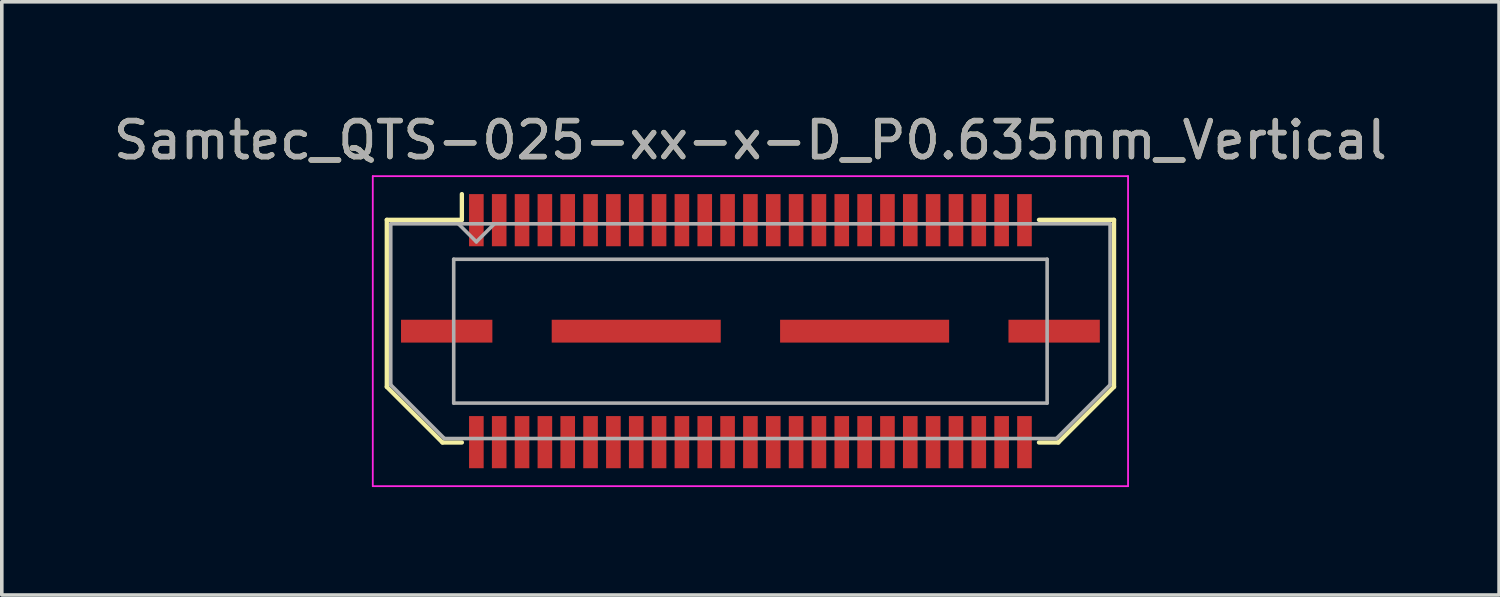
<source format=kicad_pcb>
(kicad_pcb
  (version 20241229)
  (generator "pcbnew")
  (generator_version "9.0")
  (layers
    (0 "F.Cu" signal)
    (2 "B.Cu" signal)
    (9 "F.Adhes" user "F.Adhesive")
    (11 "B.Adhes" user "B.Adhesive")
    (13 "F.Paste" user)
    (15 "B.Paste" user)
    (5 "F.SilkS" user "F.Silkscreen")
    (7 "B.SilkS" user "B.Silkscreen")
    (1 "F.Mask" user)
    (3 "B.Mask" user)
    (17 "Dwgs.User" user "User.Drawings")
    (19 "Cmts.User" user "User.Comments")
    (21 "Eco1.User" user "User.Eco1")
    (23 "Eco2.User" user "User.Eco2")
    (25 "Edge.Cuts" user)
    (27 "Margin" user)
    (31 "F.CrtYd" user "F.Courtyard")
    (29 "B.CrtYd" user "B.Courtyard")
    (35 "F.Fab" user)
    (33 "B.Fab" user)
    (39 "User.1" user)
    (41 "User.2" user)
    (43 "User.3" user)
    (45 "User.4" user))
  (footprint "Samtec_QTS-025-xx-x-D_P0.635mm_Vertical"
    (layer "F.Cu")
    (at 17.815 6.158)
    (property "Reference" "Samtec_QTS-025-xx-x-D_P0.635mm_Vertical" (at 0 -5.31 0) (layer "F.SilkS") (effects (font (size 1 1) (thickness 0.15))))
    (attr smd)
    (fp_line (start -10.11 -3.095) (end -10.11 1.548) (stroke (width 0.12) (type solid)) (layer "F.SilkS"))
    (fp_line (start -10.11 1.548) (end -8.562 3.095) (stroke (width 0.12) (type solid)) (layer "F.SilkS"))
    (fp_line (start -8.562 3.095) (end -8.023 3.095) (stroke (width 0.12) (type solid)) (layer "F.SilkS"))
    (fp_line (start -8.023 -3.811) (end -8.023 -3.095) (stroke (width 0.12) (type solid)) (layer "F.SilkS"))
    (fp_line (start -8.023 -3.095) (end -10.11 -3.095) (stroke (width 0.12) (type solid)) (layer "F.SilkS"))
    (fp_line (start 8.023 -3.095) (end 10.11 -3.095) (stroke (width 0.12) (type solid)) (layer "F.SilkS"))
    (fp_line (start 8.562 3.095) (end 8.023 3.095) (stroke (width 0.12) (type solid)) (layer "F.SilkS"))
    (fp_line (start 10.11 -3.095) (end 10.11 1.548) (stroke (width 0.12) (type solid)) (layer "F.SilkS"))
    (fp_line (start 10.11 1.548) (end 8.562 3.095) (stroke (width 0.12) (type solid)) (layer "F.SilkS"))
    (fp_line (start -10.5 -4.31) (end -10.5 4.31) (stroke (width 0.05) (type solid)) (layer "F.CrtYd"))
    (fp_line (start -10.5 4.31) (end 10.5 4.31) (stroke (width 0.05) (type solid)) (layer "F.CrtYd"))
    (fp_line (start 10.5 -4.31) (end -10.5 -4.31) (stroke (width 0.05) (type solid)) (layer "F.CrtYd"))
    (fp_line (start 10.5 4.31) (end 10.5 -4.31) (stroke (width 0.05) (type solid)) (layer "F.CrtYd"))
    (fp_line (start -10 -2.985) (end -10 1.492) (stroke (width 0.1) (type solid)) (layer "F.Fab"))
    (fp_line (start -10 -2.985) (end 10 -2.985) (stroke (width 0.1) (type solid)) (layer "F.Fab"))
    (fp_line (start -10 1.492) (end -8.508 2.985) (stroke (width 0.1) (type solid)) (layer "F.Fab"))
    (fp_line (start -8.508 2.985) (end 8.508 2.985) (stroke (width 0.1) (type solid)) (layer "F.Fab"))
    (fp_line (start -8.25 -2) (end -8.25 2) (stroke (width 0.1) (type solid)) (layer "F.Fab"))
    (fp_line (start -8.25 2) (end 8.25 2) (stroke (width 0.1) (type solid)) (layer "F.Fab"))
    (fp_line (start -7.62 -2.485) (end -8.12 -2.985) (stroke (width 0.1) (type solid)) (layer "F.Fab"))
    (fp_line (start -7.12 -2.985) (end -7.62 -2.485) (stroke (width 0.1) (type solid)) (layer "F.Fab"))
    (fp_line (start 8.25 -2) (end -8.25 -2) (stroke (width 0.1) (type solid)) (layer "F.Fab"))
    (fp_line (start 8.25 2) (end 8.25 -2) (stroke (width 0.1) (type solid)) (layer "F.Fab"))
    (fp_line (start 10 -2.985) (end 10 1.492) (stroke (width 0.1) (type solid)) (layer "F.Fab"))
    (fp_line (start 10 1.492) (end 8.508 2.985) (stroke (width 0.1) (type solid)) (layer "F.Fab"))
    (fp_text user "${REFERENCE}" (at 0 -5.31 0) (layer "F.Fab") (effects (font (size 1 1) (thickness 0.15))))
    (pad "1" smd rect (at -7.62 -3.086) (size 0.406 1.45) (layers "F.Cu" "F.Mask" "F.Paste"))
    (pad "2" smd rect (at -7.62 3.086) (size 0.406 1.45) (layers "F.Cu" "F.Mask" "F.Paste"))
    (pad "3" smd rect (at -6.985 -3.086) (size 0.406 1.45) (layers "F.Cu" "F.Mask" "F.Paste"))
    (pad "4" smd rect (at -6.985 3.086) (size 0.406 1.45) (layers "F.Cu" "F.Mask" "F.Paste"))
    (pad "5" smd rect (at -6.35 -3.086) (size 0.406 1.45) (layers "F.Cu" "F.Mask" "F.Paste"))
    (pad "6" smd rect (at -6.35 3.086) (size 0.406 1.45) (layers "F.Cu" "F.Mask" "F.Paste"))
    (pad "7" smd rect (at -5.715 -3.086) (size 0.406 1.45) (layers "F.Cu" "F.Mask" "F.Paste"))
    (pad "8" smd rect (at -5.715 3.086) (size 0.406 1.45) (layers "F.Cu" "F.Mask" "F.Paste"))
    (pad "9" smd rect (at -5.08 -3.086) (size 0.406 1.45) (layers "F.Cu" "F.Mask" "F.Paste"))
    (pad "10" smd rect (at -5.08 3.086) (size 0.406 1.45) (layers "F.Cu" "F.Mask" "F.Paste"))
    (pad "11" smd rect (at -4.445 -3.086) (size 0.406 1.45) (layers "F.Cu" "F.Mask" "F.Paste"))
    (pad "12" smd rect (at -4.445 3.086) (size 0.406 1.45) (layers "F.Cu" "F.Mask" "F.Paste"))
    (pad "13" smd rect (at -3.81 -3.086) (size 0.406 1.45) (layers "F.Cu" "F.Mask" "F.Paste"))
    (pad "14" smd rect (at -3.81 3.086) (size 0.406 1.45) (layers "F.Cu" "F.Mask" "F.Paste"))
    (pad "15" smd rect (at -3.175 -3.086) (size 0.406 1.45) (layers "F.Cu" "F.Mask" "F.Paste"))
    (pad "16" smd rect (at -3.175 3.086) (size 0.406 1.45) (layers "F.Cu" "F.Mask" "F.Paste"))
    (pad "17" smd rect (at -2.54 -3.086) (size 0.406 1.45) (layers "F.Cu" "F.Mask" "F.Paste"))
    (pad "18" smd rect (at -2.54 3.086) (size 0.406 1.45) (layers "F.Cu" "F.Mask" "F.Paste"))
    (pad "19" smd rect (at -1.905 -3.086) (size 0.406 1.45) (layers "F.Cu" "F.Mask" "F.Paste"))
    (pad "20" smd rect (at -1.905 3.086) (size 0.406 1.45) (layers "F.Cu" "F.Mask" "F.Paste"))
    (pad "21" smd rect (at -1.27 -3.086) (size 0.406 1.45) (layers "F.Cu" "F.Mask" "F.Paste"))
    (pad "22" smd rect (at -1.27 3.086) (size 0.406 1.45) (layers "F.Cu" "F.Mask" "F.Paste"))
    (pad "23" smd rect (at -0.635 -3.086) (size 0.406 1.45) (layers "F.Cu" "F.Mask" "F.Paste"))
    (pad "24" smd rect (at -0.635 3.086) (size 0.406 1.45) (layers "F.Cu" "F.Mask" "F.Paste"))
    (pad "25" smd rect (at 0 -3.086) (size 0.406 1.45) (layers "F.Cu" "F.Mask" "F.Paste"))
    (pad "26" smd rect (at 0 3.086) (size 0.406 1.45) (layers "F.Cu" "F.Mask" "F.Paste"))
    (pad "27" smd rect (at 0.635 -3.086) (size 0.406 1.45) (layers "F.Cu" "F.Mask" "F.Paste"))
    (pad "28" smd rect (at 0.635 3.086) (size 0.406 1.45) (layers "F.Cu" "F.Mask" "F.Paste"))
    (pad "29" smd rect (at 1.27 -3.086) (size 0.406 1.45) (layers "F.Cu" "F.Mask" "F.Paste"))
    (pad "30" smd rect (at 1.27 3.086) (size 0.406 1.45) (layers "F.Cu" "F.Mask" "F.Paste"))
    (pad "31" smd rect (at 1.905 -3.086) (size 0.406 1.45) (layers "F.Cu" "F.Mask" "F.Paste"))
    (pad "32" smd rect (at 1.905 3.086) (size 0.406 1.45) (layers "F.Cu" "F.Mask" "F.Paste"))
    (pad "33" smd rect (at 2.54 -3.086) (size 0.406 1.45) (layers "F.Cu" "F.Mask" "F.Paste"))
    (pad "34" smd rect (at 2.54 3.086) (size 0.406 1.45) (layers "F.Cu" "F.Mask" "F.Paste"))
    (pad "35" smd rect (at 3.175 -3.086) (size 0.406 1.45) (layers "F.Cu" "F.Mask" "F.Paste"))
    (pad "36" smd rect (at 3.175 3.086) (size 0.406 1.45) (layers "F.Cu" "F.Mask" "F.Paste"))
    (pad "37" smd rect (at 3.81 -3.086) (size 0.406 1.45) (layers "F.Cu" "F.Mask" "F.Paste"))
    (pad "38" smd rect (at 3.81 3.086) (size 0.406 1.45) (layers "F.Cu" "F.Mask" "F.Paste"))
    (pad "39" smd rect (at 4.445 -3.086) (size 0.406 1.45) (layers "F.Cu" "F.Mask" "F.Paste"))
    (pad "40" smd rect (at 4.445 3.086) (size 0.406 1.45) (layers "F.Cu" "F.Mask" "F.Paste"))
    (pad "41" smd rect (at 5.08 -3.086) (size 0.406 1.45) (layers "F.Cu" "F.Mask" "F.Paste"))
    (pad "42" smd rect (at 5.08 3.086) (size 0.406 1.45) (layers "F.Cu" "F.Mask" "F.Paste"))
    (pad "43" smd rect (at 5.715 -3.086) (size 0.406 1.45) (layers "F.Cu" "F.Mask" "F.Paste"))
    (pad "44" smd rect (at 5.715 3.086) (size 0.406 1.45) (layers "F.Cu" "F.Mask" "F.Paste"))
    (pad "45" smd rect (at 6.35 -3.086) (size 0.406 1.45) (layers "F.Cu" "F.Mask" "F.Paste"))
    (pad "46" smd rect (at 6.35 3.086) (size 0.406 1.45) (layers "F.Cu" "F.Mask" "F.Paste"))
    (pad "47" smd rect (at 6.985 -3.086) (size 0.406 1.45) (layers "F.Cu" "F.Mask" "F.Paste"))
    (pad "48" smd rect (at 6.985 3.086) (size 0.406 1.45) (layers "F.Cu" "F.Mask" "F.Paste"))
    (pad "49" smd rect (at 7.62 -3.086) (size 0.406 1.45) (layers "F.Cu" "F.Mask" "F.Paste"))
    (pad "50" smd rect (at 7.62 3.086) (size 0.406 1.45) (layers "F.Cu" "F.Mask" "F.Paste"))
    (pad "P1" smd rect (at -8.445 0) (size 2.54 0.635) (layers "F.Cu" "F.Mask" "F.Paste"))
    (pad "P1" smd rect (at -3.175 0) (size 4.7 0.635) (layers "F.Cu" "F.Mask" "F.Paste"))
    (pad "P1" smd rect (at 3.175 0) (size 4.7 0.635) (layers "F.Cu" "F.Mask" "F.Paste"))
    (pad "P1" smd rect (at 8.445 0) (size 2.54 0.635) (layers "F.Cu" "F.Mask" "F.Paste")))
  (gr_rect
    (start -3 -3)
    (end 38.631 13.493)
    (stroke (width 0.1) (type default))
    (fill no)
    (layer "Edge.Cuts")))
</source>
